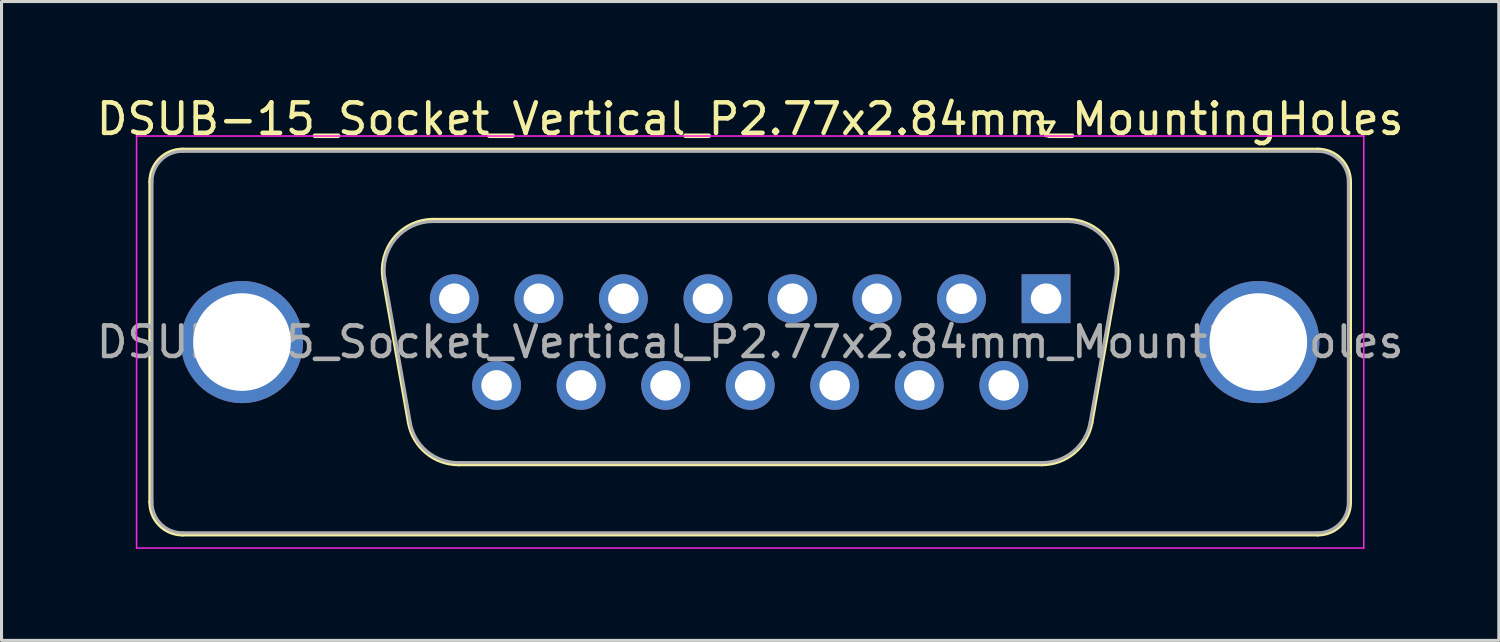
<source format=kicad_pcb>
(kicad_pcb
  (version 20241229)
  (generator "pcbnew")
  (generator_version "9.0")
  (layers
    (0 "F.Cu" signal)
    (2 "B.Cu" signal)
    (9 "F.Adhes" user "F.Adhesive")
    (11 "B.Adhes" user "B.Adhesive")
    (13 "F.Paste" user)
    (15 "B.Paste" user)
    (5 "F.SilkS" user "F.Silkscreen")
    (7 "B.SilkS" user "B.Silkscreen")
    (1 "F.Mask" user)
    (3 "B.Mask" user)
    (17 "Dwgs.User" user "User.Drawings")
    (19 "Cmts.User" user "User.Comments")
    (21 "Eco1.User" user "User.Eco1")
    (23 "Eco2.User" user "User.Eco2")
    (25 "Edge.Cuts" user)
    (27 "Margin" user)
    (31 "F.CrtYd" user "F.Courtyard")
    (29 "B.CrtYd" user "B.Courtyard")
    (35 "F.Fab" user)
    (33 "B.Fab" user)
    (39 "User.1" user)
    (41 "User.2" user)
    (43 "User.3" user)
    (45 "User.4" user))
  (footprint "DSUB-15_Socket_Vertical_P2.77x2.84mm_MountingHoles"
    (layer "F.Cu")
    (at 31.225 6.738)
    (property "Reference" "DSUB-15_Socket_Vertical_P2.77x2.84mm_MountingHoles" (at -9.695 -5.89 0) (layer "F.SilkS") (effects (font (size 1 1) (thickness 0.15))))
    (attr through_hole)
    (fp_line (start -29.355 6.67) (end -29.355 -3.83) (stroke (width 0.12) (type solid)) (layer "F.SilkS"))
    (fp_line (start -28.295 -4.89) (end 8.905 -4.89) (stroke (width 0.12) (type solid)) (layer "F.SilkS"))
    (fp_line (start -20.883 4.058) (end -21.711 -0.642) (stroke (width 0.12) (type solid)) (layer "F.SilkS"))
    (fp_line (start -20.077 -2.59) (end 0.687 -2.59) (stroke (width 0.12) (type solid)) (layer "F.SilkS"))
    (fp_line (start -0.25 -5.784) (end 0.25 -5.784) (stroke (width 0.12) (type solid)) (layer "F.SilkS"))
    (fp_line (start -0.142 5.43) (end -19.248 5.43) (stroke (width 0.12) (type solid)) (layer "F.SilkS"))
    (fp_line (start 0 -5.351) (end -0.25 -5.784) (stroke (width 0.12) (type solid)) (layer "F.SilkS"))
    (fp_line (start 0.25 -5.784) (end 0 -5.351) (stroke (width 0.12) (type solid)) (layer "F.SilkS"))
    (fp_line (start 2.321 -0.642) (end 1.493 4.058) (stroke (width 0.12) (type solid)) (layer "F.SilkS"))
    (fp_line (start 8.905 7.73) (end -28.295 7.73) (stroke (width 0.12) (type solid)) (layer "F.SilkS"))
    (fp_line (start 9.965 -3.83) (end 9.965 6.67) (stroke (width 0.12) (type solid)) (layer "F.SilkS"))
    (fp_arc (start -29.355 -3.83) (mid -29.044533 -4.579533) (end -28.295 -4.89) (stroke (width 0.12) (type solid)) (layer "F.SilkS"))
    (fp_arc (start -28.295 7.73) (mid -29.044533 7.419533) (end -29.355 6.67) (stroke (width 0.12) (type solid)) (layer "F.SilkS"))
    (fp_arc (start -21.71147 -0.641744) (mid -21.348323 -1.997027) (end -20.076689 -2.59) (stroke (width 0.12) (type solid)) (layer "F.SilkS"))
    (fp_arc (start -19.247952 5.43) (mid -20.31498 5.041634) (end -20.882733 4.058256) (stroke (width 0.12) (type solid)) (layer "F.SilkS"))
    (fp_arc (start 0.686689 -2.59) (mid 1.958323 -1.997027) (end 2.32147 -0.641744) (stroke (width 0.12) (type solid)) (layer "F.SilkS"))
    (fp_arc (start 1.492733 4.058256) (mid 0.92498 5.041634) (end -0.142048 5.43) (stroke (width 0.12) (type solid)) (layer "F.SilkS"))
    (fp_arc (start 8.905 -4.89) (mid 9.654533 -4.579533) (end 9.965 -3.83) (stroke (width 0.12) (type solid)) (layer "F.SilkS"))
    (fp_arc (start 9.965 6.67) (mid 9.654533 7.419533) (end 8.905 7.73) (stroke (width 0.12) (type solid)) (layer "F.SilkS"))
    (fp_line (start -29.8 -5.33) (end -29.8 8.17) (stroke (width 0.05) (type solid)) (layer "F.CrtYd"))
    (fp_line (start -29.8 8.17) (end 10.41 8.17) (stroke (width 0.05) (type solid)) (layer "F.CrtYd"))
    (fp_line (start 10.41 -5.33) (end -29.8 -5.33) (stroke (width 0.05) (type solid)) (layer "F.CrtYd"))
    (fp_line (start 10.41 8.17) (end 10.41 -5.33) (stroke (width 0.05) (type solid)) (layer "F.CrtYd"))
    (fp_line (start -29.295 6.67) (end -29.295 -3.83) (stroke (width 0.1) (type solid)) (layer "F.Fab"))
    (fp_line (start -28.295 -4.83) (end 8.905 -4.83) (stroke (width 0.1) (type solid)) (layer "F.Fab"))
    (fp_line (start -20.835 4.048) (end -21.664 -0.652) (stroke (width 0.1) (type solid)) (layer "F.Fab"))
    (fp_line (start -20.088 -2.53) (end 0.698 -2.53) (stroke (width 0.1) (type solid)) (layer "F.Fab"))
    (fp_line (start -0.131 5.37) (end -19.259 5.37) (stroke (width 0.1) (type solid)) (layer "F.Fab"))
    (fp_line (start 2.274 -0.652) (end 1.445 4.048) (stroke (width 0.1) (type solid)) (layer "F.Fab"))
    (fp_line (start 8.905 7.67) (end -28.295 7.67) (stroke (width 0.1) (type solid)) (layer "F.Fab"))
    (fp_line (start 9.905 -3.83) (end 9.905 6.67) (stroke (width 0.1) (type solid)) (layer "F.Fab"))
    (fp_arc (start -29.295 -3.83) (mid -29.002107 -4.537107) (end -28.295 -4.83) (stroke (width 0.1) (type solid)) (layer "F.Fab"))
    (fp_arc (start -28.295 7.67) (mid -29.002107 7.377107) (end -29.295 6.67) (stroke (width 0.1) (type solid)) (layer "F.Fab"))
    (fp_arc (start -21.663887 -0.652163) (mid -21.313865 -1.95846) (end -20.088194 -2.53) (stroke (width 0.1) (type solid)) (layer "F.Fab"))
    (fp_arc (start -19.259457 5.37) (mid -20.287918 4.995671) (end -20.83515 4.047837) (stroke (width 0.1) (type solid)) (layer "F.Fab"))
    (fp_arc (start 0.698194 -2.53) (mid 1.923865 -1.95846) (end 2.273887 -0.652163) (stroke (width 0.1) (type solid)) (layer "F.Fab"))
    (fp_arc (start 1.44515 4.047837) (mid 0.897918 4.995671) (end -0.130543 5.37) (stroke (width 0.1) (type solid)) (layer "F.Fab"))
    (fp_arc (start 8.905 -4.83) (mid 9.612107 -4.537107) (end 9.905 -3.83) (stroke (width 0.1) (type solid)) (layer "F.Fab"))
    (fp_arc (start 9.905 6.67) (mid 9.612107 7.377107) (end 8.905 7.67) (stroke (width 0.1) (type solid)) (layer "F.Fab"))
    (fp_text user "${REFERENCE}" (at -9.695 1.42 0) (layer "F.Fab") (effects (font (size 1 1) (thickness 0.15))))
    (pad "0" thru_hole circle (at -26.345 1.42) (size 4 4) (drill 3.2) (layers "*.Cu" "*.Mask"))
    (pad "0" thru_hole circle (at 6.955 1.42) (size 4 4) (drill 3.2) (layers "*.Cu" "*.Mask"))
    (pad "1" thru_hole rect (at 0 0) (size 1.6 1.6) (drill 1) (layers "*.Cu" "*.Mask"))
    (pad "2" thru_hole circle (at -2.77 0) (size 1.6 1.6) (drill 1) (layers "*.Cu" "*.Mask"))
    (pad "3" thru_hole circle (at -5.54 0) (size 1.6 1.6) (drill 1) (layers "*.Cu" "*.Mask"))
    (pad "4" thru_hole circle (at -8.31 0) (size 1.6 1.6) (drill 1) (layers "*.Cu" "*.Mask"))
    (pad "5" thru_hole circle (at -11.08 0) (size 1.6 1.6) (drill 1) (layers "*.Cu" "*.Mask"))
    (pad "6" thru_hole circle (at -13.85 0) (size 1.6 1.6) (drill 1) (layers "*.Cu" "*.Mask"))
    (pad "7" thru_hole circle (at -16.62 0) (size 1.6 1.6) (drill 1) (layers "*.Cu" "*.Mask"))
    (pad "8" thru_hole circle (at -19.39 0) (size 1.6 1.6) (drill 1) (layers "*.Cu" "*.Mask"))
    (pad "9" thru_hole circle (at -1.385 2.84) (size 1.6 1.6) (drill 1) (layers "*.Cu" "*.Mask"))
    (pad "10" thru_hole circle (at -4.155 2.84) (size 1.6 1.6) (drill 1) (layers "*.Cu" "*.Mask"))
    (pad "11" thru_hole circle (at -6.925 2.84) (size 1.6 1.6) (drill 1) (layers "*.Cu" "*.Mask"))
    (pad "12" thru_hole circle (at -9.695 2.84) (size 1.6 1.6) (drill 1) (layers "*.Cu" "*.Mask"))
    (pad "13" thru_hole circle (at -12.465 2.84) (size 1.6 1.6) (drill 1) (layers "*.Cu" "*.Mask"))
    (pad "14" thru_hole circle (at -15.235 2.84) (size 1.6 1.6) (drill 1) (layers "*.Cu" "*.Mask"))
    (pad "15" thru_hole circle (at -18.005 2.84) (size 1.6 1.6) (drill 1) (layers "*.Cu" "*.Mask")))
  (gr_rect
    (start -3 -3)
    (end 46.06 17.933)
    (stroke (width 0.1) (type default))
    (fill no)
    (layer "Edge.Cuts")))
</source>
